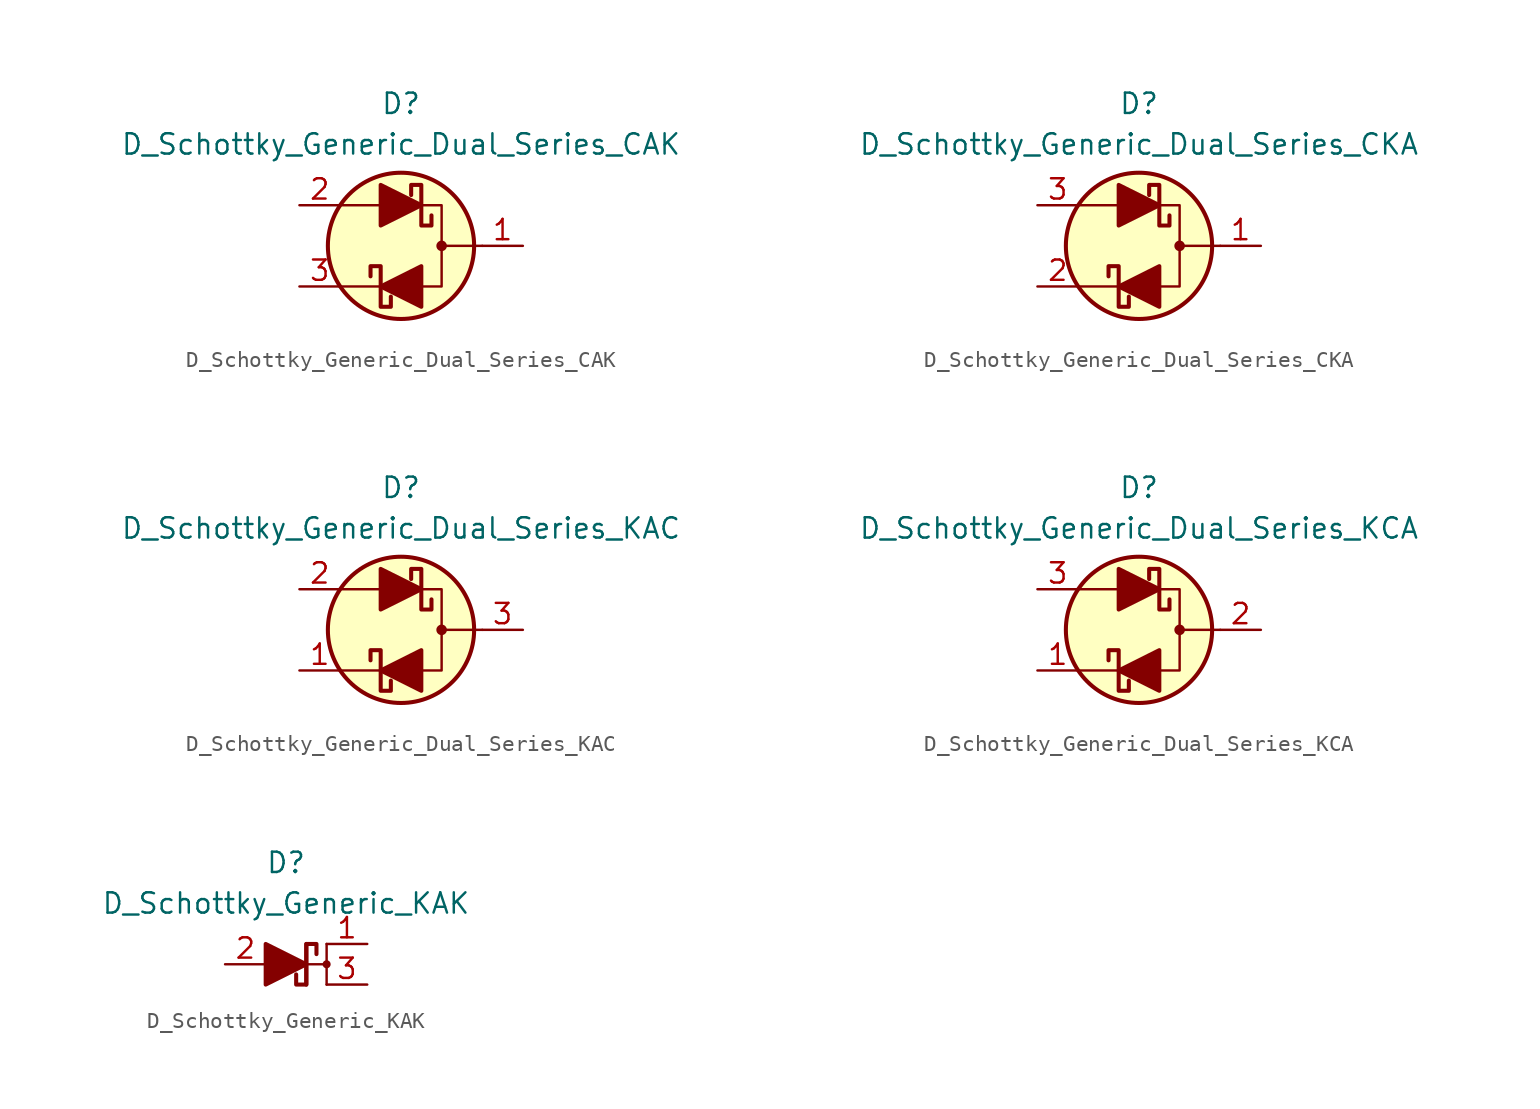
<source format=kicad_sym>
(kicad_symbol_lib
  (version 20211014)
  (generator kicad_symbol_editor)
  (symbol "D_Schottky_Generic_Dual_Series_CAK"
    (pin_names
      (offset 1.016) hide)
    (property "Reference" "D"
      (at 0 8.89 0)
      (effects (font (size 1.27 1.27))))
    (property "Value" "D_Schottky_Generic_Dual_Series_CAK"
      (at 0 6.35 0)
      (effects (font (size 1.27 1.27))))
    (symbol "D_Schottky_Generic_Dual_Series_CAK_0_1"
      (polyline (pts (xy -1.27 -2.54) (xy -3.81 -2.54)) (stroke (width 0) (type default) (color 0 0 0 0)) (fill (type none)))
      (polyline (pts (xy -1.27 2.54) (xy -3.81 2.54)) (stroke (width 0) (type default) (color 0 0 0 0)) (fill (type none)))
      (polyline (pts (xy 5.08 0) (xy 2.54 0)) (stroke (width 0) (type default) (color 0 0 0 0)) (fill (type none)))
      (polyline (pts (xy 1.27 -2.54) (xy 2.54 -2.54) (xy 2.54 2.54) (xy 1.27 2.54)) (stroke (width 0) (type default) (color 0 0 0 0)) (fill (type none)))
      (circle (center 0 0) (radius 4.572) (stroke (width 0.254) (type default) (color 0 0 0 0)) (fill (type background)))
      (circle (center 2.54 0) (radius 0.254) (stroke (width 0) (type default) (color 0 0 0 0)) (fill (type outline))))
    (symbol "D_Schottky_Generic_Dual_Series_CAK_1_1"
      (polyline (pts (xy -1.27 2.54) (xy 1.27 2.54)) (stroke (width 0) (type default) (color 0 0 0 0)) (fill (type none)))
      (polyline (pts (xy 1.27 -2.54) (xy -1.27 -2.54)) (stroke (width 0) (type default) (color 0 0 0 0)) (fill (type none)))
      (polyline (pts (xy -1.27 1.27) (xy -1.27 3.81) (xy 1.27 2.54) (xy -1.27 1.27)) (stroke (width 0.254) (type default) (color 0 0 0 0)) (fill (type outline)))
      (polyline (pts (xy 1.27 -1.27) (xy 1.27 -3.81) (xy -1.27 -2.54) (xy 1.27 -1.27)) (stroke (width 0.254) (type default) (color 0 0 0 0)) (fill (type outline)))
      (polyline (pts (xy -1.905 -1.905) (xy -1.905 -1.27) (xy -1.27 -1.27) (xy -1.27 -3.81) (xy -0.635 -3.81) (xy -0.635 -3.175)) (stroke (width 0.254) (type default) (color 0 0 0 0)) (fill (type none)))
      (polyline (pts (xy 1.905 1.905) (xy 1.905 1.27) (xy 1.27 1.27) (xy 1.27 3.81) (xy 0.635 3.81) (xy 0.635 3.175)) (stroke (width 0.254) (type default) (color 0 0 0 0)) (fill (type none)))
      (pin passive line (at 7.62 0 180) (length 2.54) (name "C" (effects (font (size 1.27 1.27)))) (number "1" (effects (font (size 1.27 1.27)))))
      (pin passive line (at -6.35 2.54 0) (length 2.54) (name "A" (effects (font (size 1.27 1.27)))) (number "2" (effects (font (size 1.27 1.27)))))
      (pin passive line (at -6.35 -2.54 0) (length 2.54) (name "K" (effects (font (size 1.27 1.27)))) (number "3" (effects (font (size 1.27 1.27)))))))
  (symbol "D_Schottky_Generic_Dual_Series_CKA"
    (pin_names
      (offset 1.016) hide)
    (property "Reference" "D"
      (at 0 8.89 0)
      (effects (font (size 1.27 1.27))))
    (property "Value" "D_Schottky_Generic_Dual_Series_CKA"
      (at 0 6.35 0)
      (effects (font (size 1.27 1.27))))
    (symbol "D_Schottky_Generic_Dual_Series_CKA_0_1"
      (polyline (pts (xy -1.27 -2.54) (xy -3.81 -2.54)) (stroke (width 0) (type default) (color 0 0 0 0)) (fill (type none)))
      (polyline (pts (xy -1.27 2.54) (xy -3.81 2.54)) (stroke (width 0) (type default) (color 0 0 0 0)) (fill (type none)))
      (polyline (pts (xy 5.08 0) (xy 2.54 0)) (stroke (width 0) (type default) (color 0 0 0 0)) (fill (type none)))
      (polyline (pts (xy 1.27 -2.54) (xy 2.54 -2.54) (xy 2.54 2.54) (xy 1.27 2.54)) (stroke (width 0) (type default) (color 0 0 0 0)) (fill (type none)))
      (circle (center 0 0) (radius 4.572) (stroke (width 0.254) (type default) (color 0 0 0 0)) (fill (type background)))
      (circle (center 2.54 0) (radius 0.254) (stroke (width 0) (type default) (color 0 0 0 0)) (fill (type outline))))
    (symbol "D_Schottky_Generic_Dual_Series_CKA_1_1"
      (polyline (pts (xy -1.27 2.54) (xy 1.27 2.54)) (stroke (width 0) (type default) (color 0 0 0 0)) (fill (type none)))
      (polyline (pts (xy 1.27 -2.54) (xy -1.27 -2.54)) (stroke (width 0) (type default) (color 0 0 0 0)) (fill (type none)))
      (polyline (pts (xy -1.27 1.27) (xy -1.27 3.81) (xy 1.27 2.54) (xy -1.27 1.27)) (stroke (width 0.254) (type default) (color 0 0 0 0)) (fill (type outline)))
      (polyline (pts (xy 1.27 -1.27) (xy 1.27 -3.81) (xy -1.27 -2.54) (xy 1.27 -1.27)) (stroke (width 0.254) (type default) (color 0 0 0 0)) (fill (type outline)))
      (polyline (pts (xy -1.905 -1.905) (xy -1.905 -1.27) (xy -1.27 -1.27) (xy -1.27 -3.81) (xy -0.635 -3.81) (xy -0.635 -3.175)) (stroke (width 0.254) (type default) (color 0 0 0 0)) (fill (type none)))
      (polyline (pts (xy 1.905 1.905) (xy 1.905 1.27) (xy 1.27 1.27) (xy 1.27 3.81) (xy 0.635 3.81) (xy 0.635 3.175)) (stroke (width 0.254) (type default) (color 0 0 0 0)) (fill (type none)))
      (pin passive line (at 7.62 0 180) (length 2.54) (name "C" (effects (font (size 1.27 1.27)))) (number "1" (effects (font (size 1.27 1.27)))))
      (pin passive line (at -6.35 -2.54 0) (length 2.54) (name "K" (effects (font (size 1.27 1.27)))) (number "2" (effects (font (size 1.27 1.27)))))
      (pin passive line (at -6.35 2.54 0) (length 2.54) (name "A" (effects (font (size 1.27 1.27)))) (number "3" (effects (font (size 1.27 1.27)))))))
  (symbol "D_Schottky_Generic_Dual_Series_KAC"
    (pin_names
      (offset 1.016) hide)
    (property "Reference" "D"
      (at 0 8.89 0)
      (effects (font (size 1.27 1.27))))
    (property "Value" "D_Schottky_Generic_Dual_Series_KAC"
      (at 0 6.35 0)
      (effects (font (size 1.27 1.27))))
    (symbol "D_Schottky_Generic_Dual_Series_KAC_0_1"
      (polyline (pts (xy -1.27 -2.54) (xy -3.81 -2.54)) (stroke (width 0) (type default) (color 0 0 0 0)) (fill (type none)))
      (polyline (pts (xy -1.27 2.54) (xy -3.81 2.54)) (stroke (width 0) (type default) (color 0 0 0 0)) (fill (type none)))
      (polyline (pts (xy 5.08 0) (xy 2.54 0)) (stroke (width 0) (type default) (color 0 0 0 0)) (fill (type none)))
      (polyline (pts (xy 1.27 -2.54) (xy 2.54 -2.54) (xy 2.54 2.54) (xy 1.27 2.54)) (stroke (width 0) (type default) (color 0 0 0 0)) (fill (type none)))
      (circle (center 0 0) (radius 4.572) (stroke (width 0.254) (type default) (color 0 0 0 0)) (fill (type background)))
      (circle (center 2.54 0) (radius 0.254) (stroke (width 0) (type default) (color 0 0 0 0)) (fill (type outline))))
    (symbol "D_Schottky_Generic_Dual_Series_KAC_1_1"
      (polyline (pts (xy -1.27 2.54) (xy 1.27 2.54)) (stroke (width 0) (type default) (color 0 0 0 0)) (fill (type none)))
      (polyline (pts (xy 1.27 -2.54) (xy -1.27 -2.54)) (stroke (width 0) (type default) (color 0 0 0 0)) (fill (type none)))
      (polyline (pts (xy -1.27 1.27) (xy -1.27 3.81) (xy 1.27 2.54) (xy -1.27 1.27)) (stroke (width 0.254) (type default) (color 0 0 0 0)) (fill (type outline)))
      (polyline (pts (xy 1.27 -1.27) (xy 1.27 -3.81) (xy -1.27 -2.54) (xy 1.27 -1.27)) (stroke (width 0.254) (type default) (color 0 0 0 0)) (fill (type outline)))
      (polyline (pts (xy -1.905 -1.905) (xy -1.905 -1.27) (xy -1.27 -1.27) (xy -1.27 -3.81) (xy -0.635 -3.81) (xy -0.635 -3.175)) (stroke (width 0.254) (type default) (color 0 0 0 0)) (fill (type none)))
      (polyline (pts (xy 1.905 1.905) (xy 1.905 1.27) (xy 1.27 1.27) (xy 1.27 3.81) (xy 0.635 3.81) (xy 0.635 3.175)) (stroke (width 0.254) (type default) (color 0 0 0 0)) (fill (type none)))
      (pin passive line (at -6.35 -2.54 0) (length 2.54) (name "K" (effects (font (size 1.27 1.27)))) (number "1" (effects (font (size 1.27 1.27)))))
      (pin passive line (at -6.35 2.54 0) (length 2.54) (name "A" (effects (font (size 1.27 1.27)))) (number "2" (effects (font (size 1.27 1.27)))))
      (pin passive line (at 7.62 0 180) (length 2.54) (name "C" (effects (font (size 1.27 1.27)))) (number "3" (effects (font (size 1.27 1.27)))))))
  (symbol "D_Schottky_Generic_Dual_Series_KCA"
    (pin_names
      (offset 1.016) hide)
    (property "Reference" "D"
      (at 0 8.89 0)
      (effects (font (size 1.27 1.27))))
    (property "Value" "D_Schottky_Generic_Dual_Series_KCA"
      (at 0 6.35 0)
      (effects (font (size 1.27 1.27))))
    (symbol "D_Schottky_Generic_Dual_Series_KCA_0_1"
      (polyline (pts (xy -1.27 -2.54) (xy -3.81 -2.54)) (stroke (width 0) (type default) (color 0 0 0 0)) (fill (type none)))
      (polyline (pts (xy -1.27 2.54) (xy -3.81 2.54)) (stroke (width 0) (type default) (color 0 0 0 0)) (fill (type none)))
      (polyline (pts (xy 5.08 0) (xy 2.54 0)) (stroke (width 0) (type default) (color 0 0 0 0)) (fill (type none)))
      (polyline (pts (xy 1.27 -2.54) (xy 2.54 -2.54) (xy 2.54 2.54) (xy 1.27 2.54)) (stroke (width 0) (type default) (color 0 0 0 0)) (fill (type none)))
      (circle (center 0 0) (radius 4.572) (stroke (width 0.254) (type default) (color 0 0 0 0)) (fill (type background)))
      (circle (center 2.54 0) (radius 0.254) (stroke (width 0) (type default) (color 0 0 0 0)) (fill (type outline))))
    (symbol "D_Schottky_Generic_Dual_Series_KCA_1_1"
      (polyline (pts (xy -1.27 2.54) (xy 1.27 2.54)) (stroke (width 0) (type default) (color 0 0 0 0)) (fill (type none)))
      (polyline (pts (xy 1.27 -2.54) (xy -1.27 -2.54)) (stroke (width 0) (type default) (color 0 0 0 0)) (fill (type none)))
      (polyline (pts (xy -1.27 1.27) (xy -1.27 3.81) (xy 1.27 2.54) (xy -1.27 1.27)) (stroke (width 0.254) (type default) (color 0 0 0 0)) (fill (type outline)))
      (polyline (pts (xy 1.27 -1.27) (xy 1.27 -3.81) (xy -1.27 -2.54) (xy 1.27 -1.27)) (stroke (width 0.254) (type default) (color 0 0 0 0)) (fill (type outline)))
      (polyline (pts (xy -1.905 -1.905) (xy -1.905 -1.27) (xy -1.27 -1.27) (xy -1.27 -3.81) (xy -0.635 -3.81) (xy -0.635 -3.175)) (stroke (width 0.254) (type default) (color 0 0 0 0)) (fill (type none)))
      (polyline (pts (xy 1.905 1.905) (xy 1.905 1.27) (xy 1.27 1.27) (xy 1.27 3.81) (xy 0.635 3.81) (xy 0.635 3.175)) (stroke (width 0.254) (type default) (color 0 0 0 0)) (fill (type none)))
      (pin passive line (at -6.35 -2.54 0) (length 2.54) (name "K" (effects (font (size 1.27 1.27)))) (number "1" (effects (font (size 1.27 1.27)))))
      (pin passive line (at 7.62 0 180) (length 2.54) (name "C" (effects (font (size 1.27 1.27)))) (number "2" (effects (font (size 1.27 1.27)))))
      (pin passive line (at -6.35 2.54 0) (length 2.54) (name "A" (effects (font (size 1.27 1.27)))) (number "3" (effects (font (size 1.27 1.27)))))))
  (symbol "D_Schottky_Generic_KAK"
    (pin_names
      (offset 1.016) hide)
    (property "Reference" "D"
      (at 0 6.35 0)
      (effects (font (size 1.27 1.27))))
    (property "Value" "D_Schottky_Generic_KAK"
      (at 0 3.81 0)
      (effects (font (size 1.27 1.27))))
    (symbol "D_Schottky_Generic_KAK_0_1"
      (polyline (pts (xy -1.27 0) (xy 1.27 0)) (stroke (width 0) (type default) (color 0 0 0 0)) (fill (type none)))
      (polyline (pts (xy 1.27 -1.27) (xy 1.27 1.27)) (stroke (width 0.254) (type default) (color 0 0 0 0)) (fill (type none)))
      (polyline (pts (xy 1.27 0) (xy 2.54 0)) (stroke (width 0) (type default) (color 0 0 0 0)) (fill (type none)))
      (polyline (pts (xy 2.54 -1.27) (xy 2.54 1.27)) (stroke (width 0) (type default) (color 0 0 0 0)) (fill (type none)))
      (polyline (pts (xy -1.27 -1.27) (xy -1.27 1.27) (xy 1.27 0) (xy -1.27 -1.27)) (stroke (width 0.254) (type default) (color 0 0 0 0)) (fill (type outline)))
      (circle (center 2.54 0) (radius 0.178) (stroke (width 0) (type default) (color 0 0 0 0)) (fill (type outline))))
    (symbol "D_Schottky_Generic_KAK_1_1"
      (polyline (pts (xy 0.635 -0.635) (xy 0.635 -1.27) (xy 1.27 -1.27) (xy 1.27 1.27) (xy 1.905 1.27) (xy 1.905 0.635)) (stroke (width 0.254) (type default) (color 0 0 0 0)) (fill (type none)))
      (pin passive line (at 5.08 1.27 180) (length 2.54) (name "K" (effects (font (size 1.27 1.27)))) (number "1" (effects (font (size 1.27 1.27)))))
      (pin passive line (at -3.81 0 0) (length 2.54) (name "A" (effects (font (size 1.27 1.27)))) (number "2" (effects (font (size 1.27 1.27)))))
      (pin passive line (at 5.08 -1.27 180) (length 2.54) (name "K" (effects (font (size 1.27 1.27)))) (number "3" (effects (font (size 1.27 1.27))))))))
</source>
